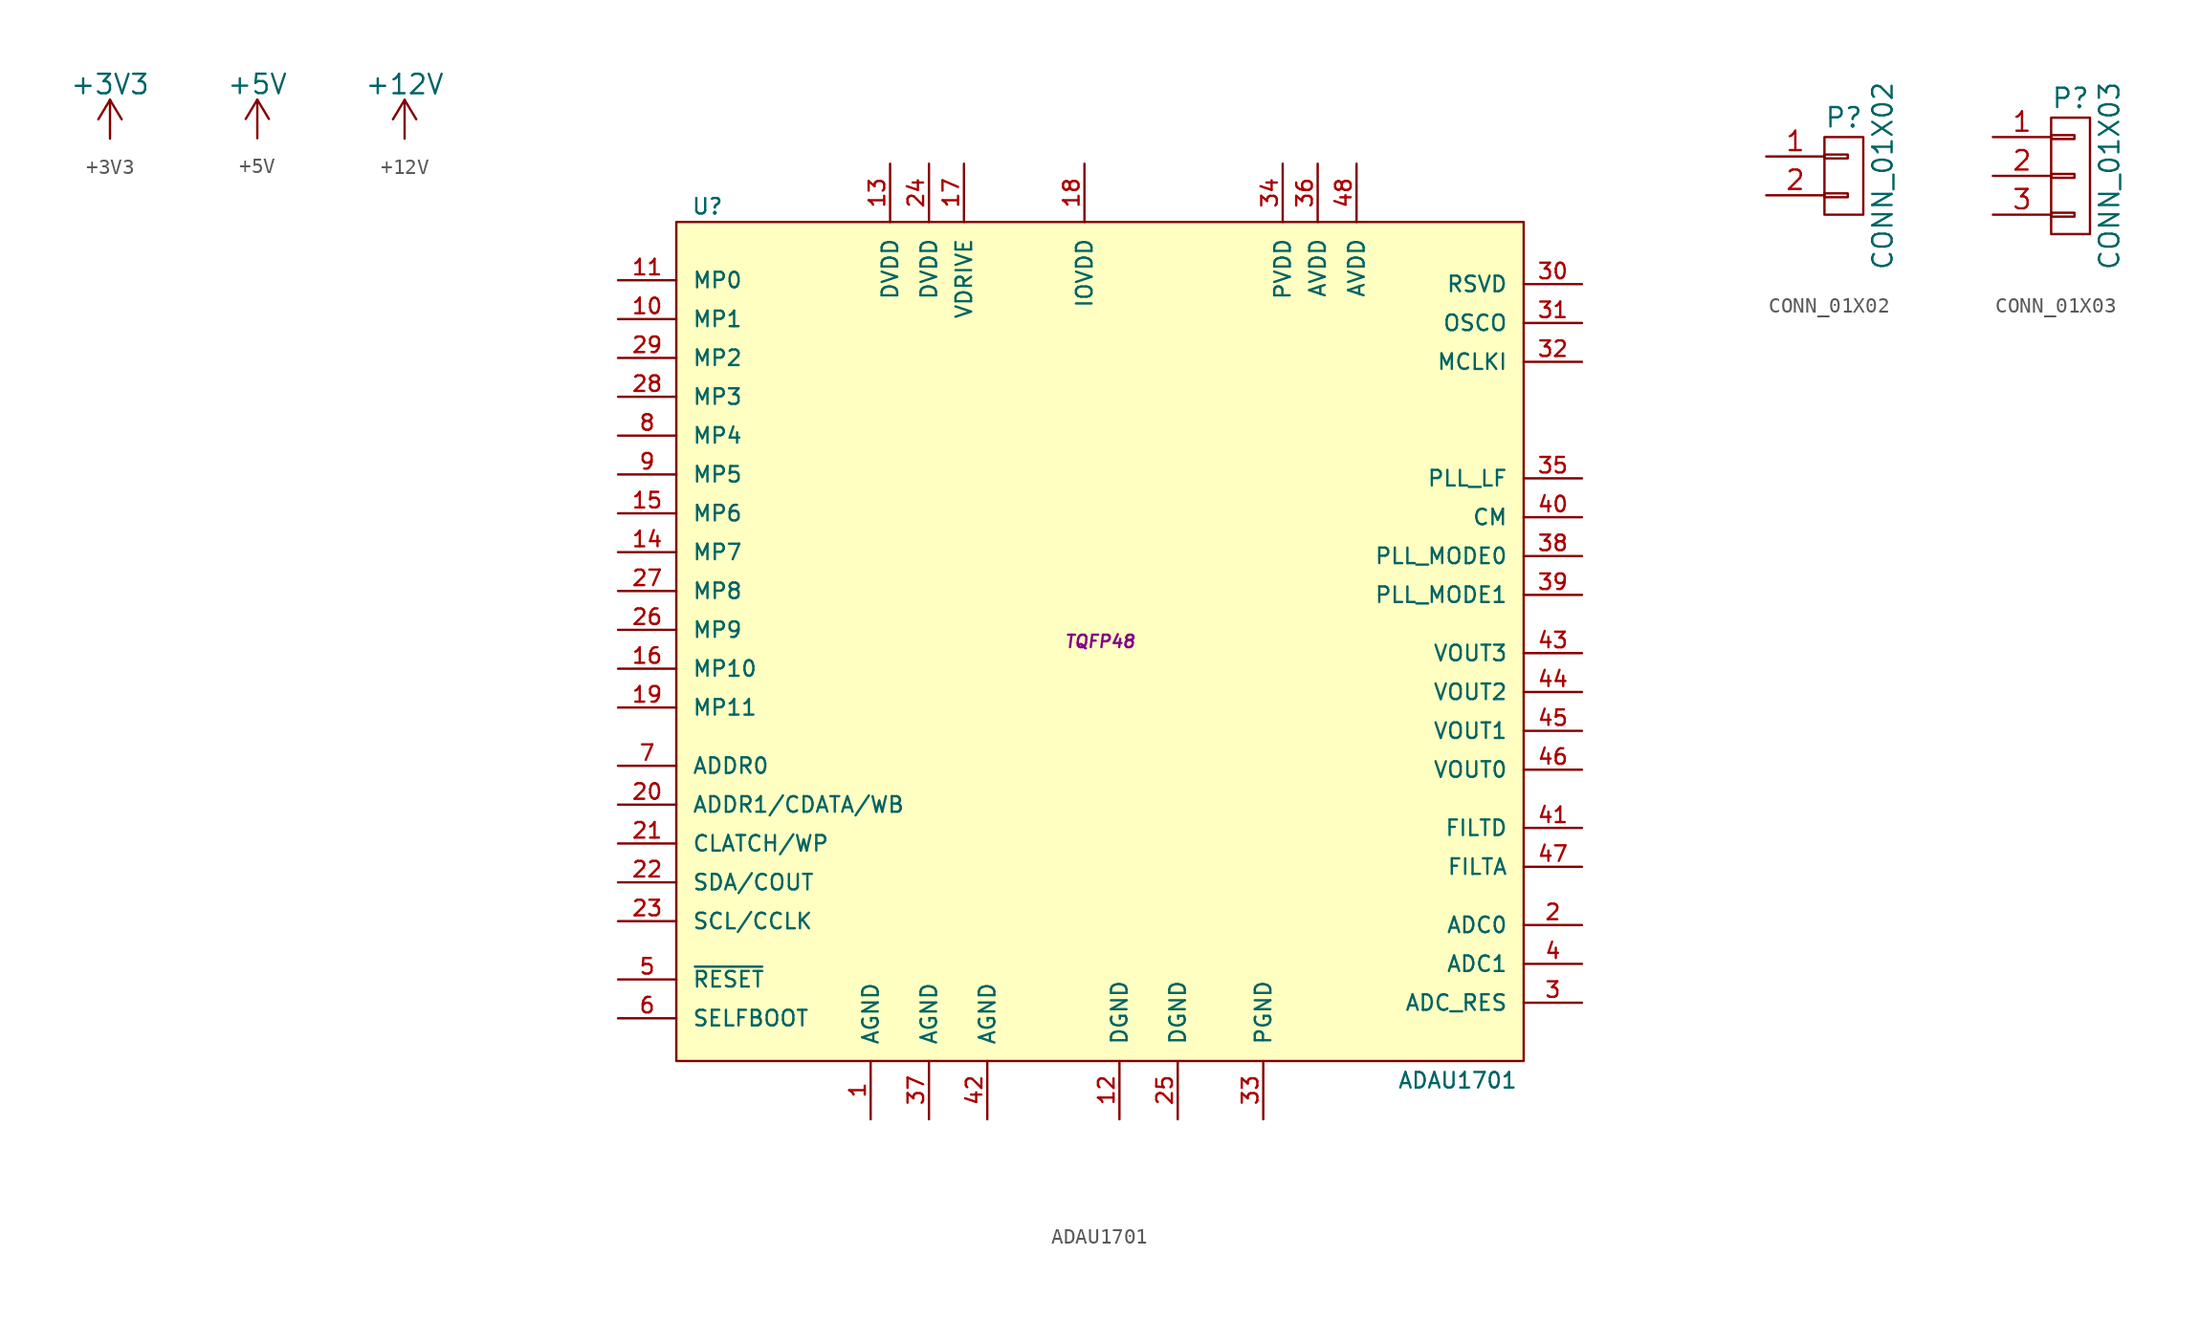
<source format=kicad_sym>
(kicad_symbol_lib
  (version 20211014)
  (generator kicad_symbol_editor)
  (symbol "+3V3"
    (power)
    (pin_names
      (offset 0))
    (property "Reference" "#PWR"
      (at 0 -3.81 0)
      (effects (font (size 1.27 1.27)) hide))
    (property "Value" "+3V3"
      (at 0 3.556 0)
      (effects (font (size 1.27 1.27))))
    (property "Footprint" ""
      (at 0 0 0)
      (effects (font (size 1.524 1.524))))
    (property "Datasheet" ""
      (at 0 0 0)
      (effects (font (size 1.524 1.524))))
    (symbol "+3V3_0_1"
      (polyline (pts (xy -0.762 1.27) (xy 0 2.54)) (stroke (width 0) (type default) (color 0 0 0 0)) (fill (type none)))
      (polyline (pts (xy 0 0) (xy 0 2.54)) (stroke (width 0) (type default) (color 0 0 0 0)) (fill (type none)))
      (polyline (pts (xy 0 2.54) (xy 0.762 1.27)) (stroke (width 0) (type default) (color 0 0 0 0)) (fill (type none))))
    (symbol "+3V3_1_1"
      (pin power_in line (at 0 0 90) (length 0) hide (name "+3V3" (effects (font (size 1.27 1.27)))) (number "1" (effects (font (size 1.27 1.27)))))))
  (symbol "+5V"
    (power)
    (pin_names
      (offset 0))
    (property "Reference" "#PWR"
      (at 0 -3.81 0)
      (effects (font (size 1.27 1.27)) hide))
    (property "Value" "+5V"
      (at 0 3.556 0)
      (effects (font (size 1.27 1.27))))
    (property "Footprint" ""
      (at 0 0 0)
      (effects (font (size 1.524 1.524))))
    (property "Datasheet" ""
      (at 0 0 0)
      (effects (font (size 1.524 1.524))))
    (symbol "+5V_0_1"
      (polyline (pts (xy -0.762 1.27) (xy 0 2.54)) (stroke (width 0) (type default) (color 0 0 0 0)) (fill (type none)))
      (polyline (pts (xy 0 0) (xy 0 2.54)) (stroke (width 0) (type default) (color 0 0 0 0)) (fill (type none)))
      (polyline (pts (xy 0 2.54) (xy 0.762 1.27)) (stroke (width 0) (type default) (color 0 0 0 0)) (fill (type none))))
    (symbol "+5V_1_1"
      (pin power_in line (at 0 0 90) (length 0) hide (name "+5V" (effects (font (size 1.27 1.27)))) (number "1" (effects (font (size 1.27 1.27)))))))
  (symbol "+12V"
    (power)
    (pin_names
      (offset 0))
    (property "Reference" "#PWR"
      (at 0 -3.81 0)
      (effects (font (size 1.27 1.27)) hide))
    (property "Value" "+12V"
      (at 0 3.556 0)
      (effects (font (size 1.27 1.27))))
    (property "Footprint" ""
      (at 0 0 0)
      (effects (font (size 1.524 1.524))))
    (property "Datasheet" ""
      (at 0 0 0)
      (effects (font (size 1.524 1.524))))
    (symbol "+12V_0_1"
      (polyline (pts (xy -0.762 1.27) (xy 0 2.54)) (stroke (width 0) (type default) (color 0 0 0 0)) (fill (type none)))
      (polyline (pts (xy 0 0) (xy 0 2.54)) (stroke (width 0) (type default) (color 0 0 0 0)) (fill (type none)))
      (polyline (pts (xy 0 2.54) (xy 0.762 1.27)) (stroke (width 0) (type default) (color 0 0 0 0)) (fill (type none))))
    (symbol "+12V_1_1"
      (pin power_in line (at 0 0 90) (length 0) hide (name "+12V" (effects (font (size 1.27 1.27)))) (number "1" (effects (font (size 1.27 1.27)))))))
  (symbol "ADAU1701"
    (pin_names
      (offset 1.016))
    (property "Reference" "U"
      (at -25.654 28.448 0)
      (effects (font (size 1.016 1.016))))
    (property "Value" "ADAU1701"
      (at 23.368 -28.702 0)
      (effects (font (size 1.016 1.016))))
    (property "Footprint" "TQFP48"
      (at 0 0 0)
      (effects (font (size 0.813 0.813) italic)))
    (property "Datasheet" ""
      (at 0 6.35 0)
      (effects (font (size 1.524 1.524))))
    (symbol "ADAU1701_0_1"
      (rectangle (start -27.686 -27.432) (end 27.686 27.432) (stroke (width 0) (type default) (color 0 0 0 0)) (fill (type background))))
    (symbol "ADAU1701_1_1"
      (pin bidirectional line (at -14.986 -31.242 90) (length 3.81) (name "AGND" (effects (font (size 1.016 1.016)))) (number "1" (effects (font (size 1.016 1.016)))))
      (pin bidirectional line (at -31.496 21.082 0) (length 3.81) (name "MP1" (effects (font (size 1.016 1.016)))) (number "10" (effects (font (size 1.016 1.016)))))
      (pin bidirectional line (at -31.496 23.622 0) (length 3.81) (name "MP0" (effects (font (size 1.016 1.016)))) (number "11" (effects (font (size 1.016 1.016)))))
      (pin power_in line (at 1.27 -31.242 90) (length 3.81) (name "DGND" (effects (font (size 1.016 1.016)))) (number "12" (effects (font (size 1.016 1.016)))))
      (pin power_in line (at -13.716 31.242 270) (length 3.81) (name "DVDD" (effects (font (size 1.016 1.016)))) (number "13" (effects (font (size 1.016 1.016)))))
      (pin bidirectional line (at -31.496 5.842 0) (length 3.81) (name "MP7" (effects (font (size 1.016 1.016)))) (number "14" (effects (font (size 1.016 1.016)))))
      (pin bidirectional line (at -31.496 8.382 0) (length 3.81) (name "MP6" (effects (font (size 1.016 1.016)))) (number "15" (effects (font (size 1.016 1.016)))))
      (pin bidirectional line (at -31.496 -1.778 0) (length 3.81) (name "MP10" (effects (font (size 1.016 1.016)))) (number "16" (effects (font (size 1.016 1.016)))))
      (pin output line (at -8.89 31.242 270) (length 3.81) (name "VDRIVE" (effects (font (size 1.016 1.016)))) (number "17" (effects (font (size 1.016 1.016)))))
      (pin power_in line (at -1.016 31.242 270) (length 3.81) (name "IOVDD" (effects (font (size 1.016 1.016)))) (number "18" (effects (font (size 1.016 1.016)))))
      (pin bidirectional line (at -31.496 -4.318 0) (length 3.81) (name "MP11" (effects (font (size 1.016 1.016)))) (number "19" (effects (font (size 1.016 1.016)))))
      (pin bidirectional line (at 31.496 -18.542 180) (length 3.81) (name "ADC0" (effects (font (size 1.016 1.016)))) (number "2" (effects (font (size 1.016 1.016)))))
      (pin bidirectional line (at -31.496 -10.668 0) (length 3.81) (name "ADDR1/CDATA/WB" (effects (font (size 1.016 1.016)))) (number "20" (effects (font (size 1.016 1.016)))))
      (pin bidirectional line (at -31.496 -13.208 0) (length 3.81) (name "CLATCH/WP" (effects (font (size 1.016 1.016)))) (number "21" (effects (font (size 1.016 1.016)))))
      (pin bidirectional line (at -31.496 -15.748 0) (length 3.81) (name "SDA/COUT" (effects (font (size 1.016 1.016)))) (number "22" (effects (font (size 1.016 1.016)))))
      (pin bidirectional line (at -31.496 -18.288 0) (length 3.81) (name "SCL/CCLK" (effects (font (size 1.016 1.016)))) (number "23" (effects (font (size 1.016 1.016)))))
      (pin power_in line (at -11.176 31.242 270) (length 3.81) (name "DVDD" (effects (font (size 1.016 1.016)))) (number "24" (effects (font (size 1.016 1.016)))))
      (pin power_in line (at 5.08 -31.242 90) (length 3.81) (name "DGND" (effects (font (size 1.016 1.016)))) (number "25" (effects (font (size 1.016 1.016)))))
      (pin bidirectional line (at -31.496 0.762 0) (length 3.81) (name "MP9" (effects (font (size 1.016 1.016)))) (number "26" (effects (font (size 1.016 1.016)))))
      (pin bidirectional line (at -31.496 3.302 0) (length 3.81) (name "MP8" (effects (font (size 1.016 1.016)))) (number "27" (effects (font (size 1.016 1.016)))))
      (pin bidirectional line (at -31.496 16.002 0) (length 3.81) (name "MP3" (effects (font (size 1.016 1.016)))) (number "28" (effects (font (size 1.016 1.016)))))
      (pin bidirectional line (at -31.496 18.542 0) (length 3.81) (name "MP2" (effects (font (size 1.016 1.016)))) (number "29" (effects (font (size 1.016 1.016)))))
      (pin bidirectional line (at 31.496 -23.622 180) (length 3.81) (name "ADC_RES" (effects (font (size 1.016 1.016)))) (number "3" (effects (font (size 1.016 1.016)))))
      (pin bidirectional line (at 31.496 23.368 180) (length 3.81) (name "RSVD" (effects (font (size 1.016 1.016)))) (number "30" (effects (font (size 1.016 1.016)))))
      (pin bidirectional line (at 31.496 20.828 180) (length 3.81) (name "OSCO" (effects (font (size 1.016 1.016)))) (number "31" (effects (font (size 1.016 1.016)))))
      (pin bidirectional line (at 31.496 18.288 180) (length 3.81) (name "MCLKI" (effects (font (size 1.016 1.016)))) (number "32" (effects (font (size 1.016 1.016)))))
      (pin input line (at 10.668 -31.242 90) (length 3.81) (name "PGND" (effects (font (size 1.016 1.016)))) (number "33" (effects (font (size 1.016 1.016)))))
      (pin power_in line (at 11.938 31.242 270) (length 3.81) (name "PVDD" (effects (font (size 1.016 1.016)))) (number "34" (effects (font (size 1.016 1.016)))))
      (pin bidirectional line (at 31.496 10.668 180) (length 3.81) (name "PLL_LF" (effects (font (size 1.016 1.016)))) (number "35" (effects (font (size 1.016 1.016)))))
      (pin power_in line (at 14.224 31.242 270) (length 3.81) (name "AVDD" (effects (font (size 1.016 1.016)))) (number "36" (effects (font (size 1.016 1.016)))))
      (pin power_in line (at -11.176 -31.242 90) (length 3.81) (name "AGND" (effects (font (size 1.016 1.016)))) (number "37" (effects (font (size 1.016 1.016)))))
      (pin input line (at 31.496 5.588 180) (length 3.81) (name "PLL_MODE0" (effects (font (size 1.016 1.016)))) (number "38" (effects (font (size 1.016 1.016)))))
      (pin input line (at 31.496 3.048 180) (length 3.81) (name "PLL_MODE1" (effects (font (size 1.016 1.016)))) (number "39" (effects (font (size 1.016 1.016)))))
      (pin bidirectional line (at 31.496 -21.082 180) (length 3.81) (name "ADC1" (effects (font (size 1.016 1.016)))) (number "4" (effects (font (size 1.016 1.016)))))
      (pin bidirectional line (at 31.496 8.128 180) (length 3.81) (name "CM" (effects (font (size 1.016 1.016)))) (number "40" (effects (font (size 1.016 1.016)))))
      (pin bidirectional line (at 31.496 -12.192 180) (length 3.81) (name "FILTD" (effects (font (size 1.016 1.016)))) (number "41" (effects (font (size 1.016 1.016)))))
      (pin power_in line (at -7.366 -31.242 90) (length 3.81) (name "AGND" (effects (font (size 1.016 1.016)))) (number "42" (effects (font (size 1.016 1.016)))))
      (pin output line (at 31.496 -0.762 180) (length 3.81) (name "VOUT3" (effects (font (size 1.016 1.016)))) (number "43" (effects (font (size 1.016 1.016)))))
      (pin output line (at 31.496 -3.302 180) (length 3.81) (name "VOUT2" (effects (font (size 1.016 1.016)))) (number "44" (effects (font (size 1.016 1.016)))))
      (pin output line (at 31.496 -5.842 180) (length 3.81) (name "VOUT1" (effects (font (size 1.016 1.016)))) (number "45" (effects (font (size 1.016 1.016)))))
      (pin output line (at 31.496 -8.382 180) (length 3.81) (name "VOUT0" (effects (font (size 1.016 1.016)))) (number "46" (effects (font (size 1.016 1.016)))))
      (pin passive line (at 31.496 -14.732 180) (length 3.81) (name "FILTA" (effects (font (size 1.016 1.016)))) (number "47" (effects (font (size 1.016 1.016)))))
      (pin power_in line (at 16.764 31.242 270) (length 3.81) (name "AVDD" (effects (font (size 1.016 1.016)))) (number "48" (effects (font (size 1.016 1.016)))))
      (pin input line (at -31.496 -22.098 0) (length 3.81) (name "~{RESET}" (effects (font (size 1.016 1.016)))) (number "5" (effects (font (size 1.016 1.016)))))
      (pin input line (at -31.496 -24.638 0) (length 3.81) (name "SELFBOOT" (effects (font (size 1.016 1.016)))) (number "6" (effects (font (size 1.016 1.016)))))
      (pin bidirectional line (at -31.496 -8.128 0) (length 3.81) (name "ADDR0" (effects (font (size 1.016 1.016)))) (number "7" (effects (font (size 1.016 1.016)))))
      (pin bidirectional line (at -31.496 13.462 0) (length 3.81) (name "MP4" (effects (font (size 1.016 1.016)))) (number "8" (effects (font (size 1.016 1.016)))))
      (pin bidirectional line (at -31.496 10.922 0) (length 3.81) (name "MP5" (effects (font (size 1.016 1.016)))) (number "9" (effects (font (size 1.016 1.016)))))))
  (symbol "CONN_01X02"
    (pin_names
      (offset 1.016) hide)
    (property "Reference" "P"
      (at 0 3.81 0)
      (effects (font (size 1.27 1.27))))
    (property "Value" "CONN_01X02"
      (at 2.54 0 90)
      (effects (font (size 1.27 1.27))))
    (property "Footprint" ""
      (at 0 0 0)
      (effects (font (size 1.524 1.524))))
    (property "Datasheet" ""
      (at 0 0 0)
      (effects (font (size 1.524 1.524))))
    (symbol "CONN_01X02_0_1"
      (rectangle (start -1.27 -1.143) (end 0.254 -1.397) (stroke (width 0) (type default) (color 0 0 0 0)) (fill (type none)))
      (rectangle (start -1.27 1.397) (end 0.254 1.143) (stroke (width 0) (type default) (color 0 0 0 0)) (fill (type none)))
      (rectangle (start -1.27 2.54) (end 1.27 -2.54) (stroke (width 0) (type default) (color 0 0 0 0)) (fill (type none))))
    (symbol "CONN_01X02_1_1"
      (pin passive line (at -5.08 1.27 0) (length 3.81) (name "P1" (effects (font (size 1.27 1.27)))) (number "1" (effects (font (size 1.27 1.27)))))
      (pin passive line (at -5.08 -1.27 0) (length 3.81) (name "P2" (effects (font (size 1.27 1.27)))) (number "2" (effects (font (size 1.27 1.27)))))))
  (symbol "CONN_01X03"
    (pin_names
      (offset 1.016) hide)
    (property "Reference" "P"
      (at 0 5.08 0)
      (effects (font (size 1.27 1.27))))
    (property "Value" "CONN_01X03"
      (at 2.54 0 90)
      (effects (font (size 1.27 1.27))))
    (property "Footprint" ""
      (at 0 0 0)
      (effects (font (size 1.524 1.524))))
    (property "Datasheet" ""
      (at 0 0 0)
      (effects (font (size 1.524 1.524))))
    (symbol "CONN_01X03_0_1"
      (rectangle (start -1.27 -2.413) (end 0.254 -2.667) (stroke (width 0) (type default) (color 0 0 0 0)) (fill (type none)))
      (rectangle (start -1.27 0.127) (end 0.254 -0.127) (stroke (width 0) (type default) (color 0 0 0 0)) (fill (type none)))
      (rectangle (start -1.27 2.667) (end 0.254 2.413) (stroke (width 0) (type default) (color 0 0 0 0)) (fill (type none)))
      (rectangle (start -1.27 3.81) (end 1.27 -3.81) (stroke (width 0) (type default) (color 0 0 0 0)) (fill (type none))))
    (symbol "CONN_01X03_1_1"
      (pin passive line (at -5.08 2.54 0) (length 3.81) (name "P1" (effects (font (size 1.27 1.27)))) (number "1" (effects (font (size 1.27 1.27)))))
      (pin passive line (at -5.08 0 0) (length 3.81) (name "P2" (effects (font (size 1.27 1.27)))) (number "2" (effects (font (size 1.27 1.27)))))
      (pin passive line (at -5.08 -2.54 0) (length 3.81) (name "P3" (effects (font (size 1.27 1.27)))) (number "3" (effects (font (size 1.27 1.27))))))))
</source>
